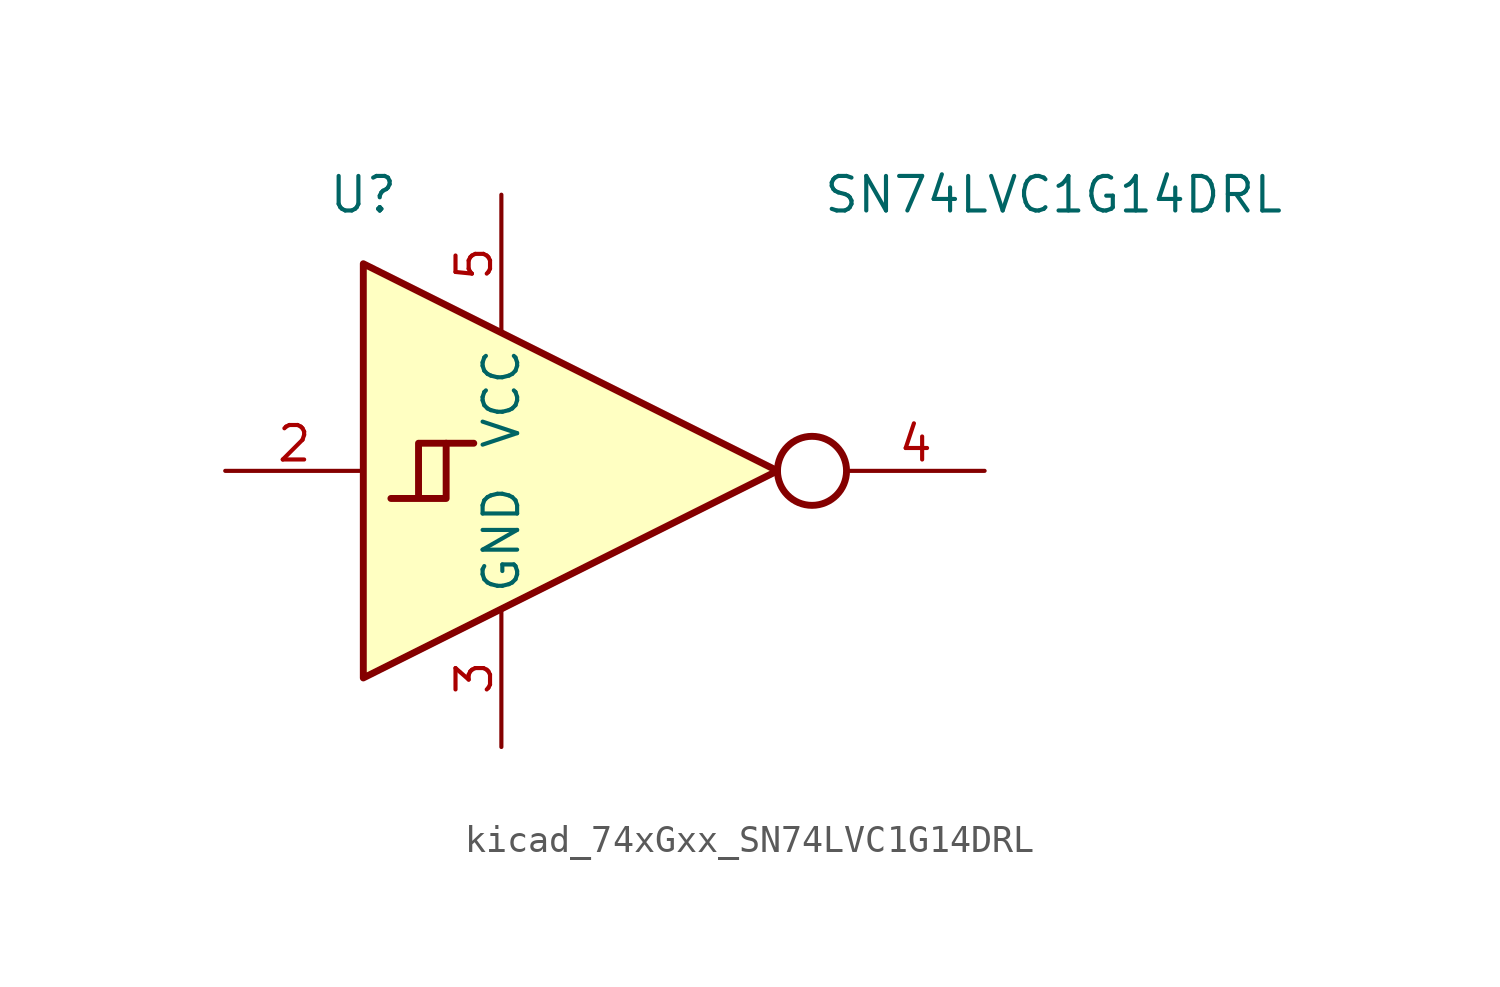
<source format=kicad_sym>
(kicad_symbol_lib
  (version 20220914)
  (generator kicad_symbol_editor)
  (symbol "kicad_74xGxx_SN74LVC1G14DRL"
    (property "Reference" "U"
      (at -5.08 10.16 0)
      (effects (font (size 1.27 1.27))))
    (property "Value" "SN74LVC1G14DRL"
      (at 20.32 10.16 0)
      (effects (font (size 1.27 1.27))))
    (symbol "kicad_74xGxx_SN74LVC1G14DRL_0_1"
      (polyline (pts (xy -2.032 1.016) (xy -1.016 1.016)) (stroke (width 0.254) (type default)) (fill (type background)))
      (polyline (pts (xy -5.08 7.62) (xy -5.08 -7.62) (xy 10.16 0) (xy -5.08 7.62)) (stroke (width 0.254) (type default)) (fill (type background)))
      (polyline (pts (xy -3.048 -1.016) (xy -3.048 1.016) (xy -2.032 1.016) (xy -2.032 -1.016) (xy -4.064 -1.016)) (stroke (width 0.254) (type default)) (fill (type background)))
      (circle (center 11.43 0) (radius 1.27) (stroke (width 0.254) (type default)) (fill (type none))))
    (symbol "kicad_74xGxx_SN74LVC1G14DRL_1_1"
      (pin no_connect line (at 10.16 0 180) (length 5.08) hide (name "NC" (effects (font (size 1.27 1.27)))) (number "1" (effects (font (size 1.27 1.27)))))
      (pin input line (at -10.16 0 0) (length 5.08) (name "~" (effects (font (size 1.27 1.27)))) (number "2" (effects (font (size 1.27 1.27)))))
      (pin power_in line (at 0 -10.16 90) (length 5.08) (name "GND" (effects (font (size 1.27 1.27)))) (number "3" (effects (font (size 1.27 1.27)))))
      (pin output line (at 17.78 0 180) (length 5.08) (name "~" (effects (font (size 1.27 1.27)))) (number "4" (effects (font (size 1.27 1.27)))))
      (pin power_in line (at 0 10.16 270) (length 5.08) (name "VCC" (effects (font (size 1.27 1.27)))) (number "5" (effects (font (size 1.27 1.27))))))))
</source>
